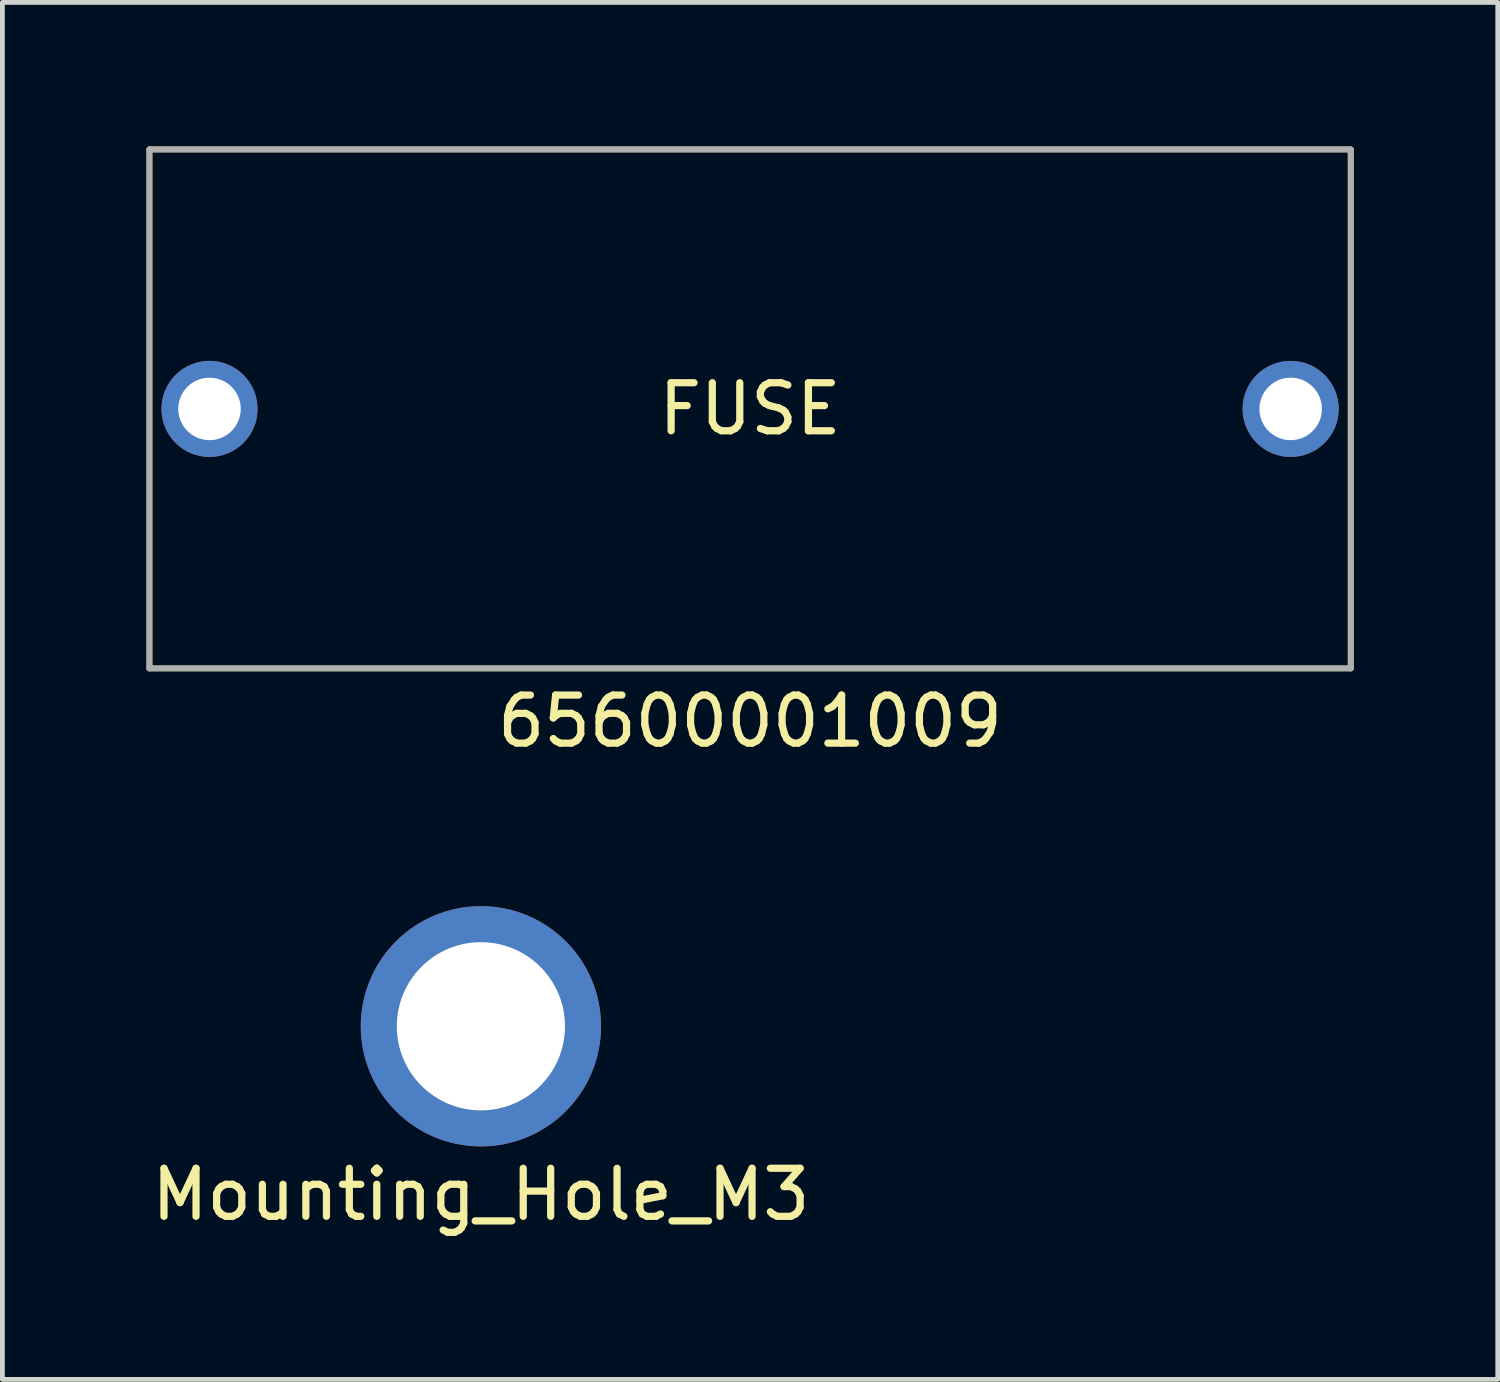
<source format=kicad_pcb>
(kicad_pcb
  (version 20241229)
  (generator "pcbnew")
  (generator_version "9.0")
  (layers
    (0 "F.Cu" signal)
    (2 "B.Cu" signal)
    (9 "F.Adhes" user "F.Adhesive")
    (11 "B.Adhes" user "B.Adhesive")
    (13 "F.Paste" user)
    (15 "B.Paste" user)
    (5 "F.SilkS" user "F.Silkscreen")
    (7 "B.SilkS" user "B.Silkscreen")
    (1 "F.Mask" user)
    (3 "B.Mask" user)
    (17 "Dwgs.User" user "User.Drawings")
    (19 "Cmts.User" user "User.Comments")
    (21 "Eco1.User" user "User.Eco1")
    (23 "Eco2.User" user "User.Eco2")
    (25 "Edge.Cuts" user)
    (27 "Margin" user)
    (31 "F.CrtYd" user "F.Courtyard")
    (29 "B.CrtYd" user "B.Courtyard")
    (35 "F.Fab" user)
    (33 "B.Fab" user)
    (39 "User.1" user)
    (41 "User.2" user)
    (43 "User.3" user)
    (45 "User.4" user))
  (footprint "65600001009"
    (layer "F.Cu")
    (at 12.56 5.46)
    (property "Reference" "65600001009" (at 0 6.5 0) (layer "F.SilkS") (effects (font (size 1 1) (thickness 0.15))))
    (attr through_hole)
    (fp_line (start -12.5 -5.4) (end 12.5 -5.4) (stroke (width 0.12) (type solid)) (layer "F.SilkS"))
    (fp_line (start -12.5 5.4) (end -12.5 -5.4) (stroke (width 0.12) (type solid)) (layer "F.SilkS"))
    (fp_line (start 12.5 -5.4) (end 12.5 5.4) (stroke (width 0.12) (type solid)) (layer "F.SilkS"))
    (fp_line (start 12.5 5.4) (end -12.5 5.4) (stroke (width 0.12) (type solid)) (layer "F.SilkS"))
    (fp_line (start -12.5 -5.4) (end -12.5 5.4) (stroke (width 0.12) (type solid)) (layer "F.Fab"))
    (fp_line (start -12.5 -5.4) (end 12.5 -5.4) (stroke (width 0.12) (type solid)) (layer "F.Fab"))
    (fp_line (start -12.5 5.4) (end 12.5 5.4) (stroke (width 0.12) (type solid)) (layer "F.Fab"))
    (fp_line (start 12.5 -5.4) (end 12.5 5.4) (stroke (width 0.12) (type solid)) (layer "F.Fab"))
    (fp_text user "FUSE" (at 0 0 0) (layer "F.SilkS") (effects (font (size 1 1) (thickness 0.15))))
    (pad "1" thru_hole circle (at -11.25 0) (size 2 2) (drill 1.3) (layers "*.Cu" "*.Mask"))
    (pad "2" thru_hole circle (at 11.25 0) (size 2 2) (drill 1.3) (layers "*.Cu" "*.Mask")))
  (footprint "Mounting_Hole_M3"
    (layer "F.Cu")
    (at 6.958 18.308)
    (property "Reference" "Mounting_Hole_M3" (at 0 3.5 0) (layer "F.SilkS") (effects (font (size 1 1) (thickness 0.15))))
    (attr through_hole)
    (pad "1" thru_hole circle (at 0 0) (size 5 5) (drill 3.5) (layers "*.Cu" "*.Mask")))
  (gr_rect
    (start -3 -3)
    (end 28.12 25.657)
    (stroke (width 0.1) (type default))
    (fill no)
    (layer "Edge.Cuts")))
</source>
